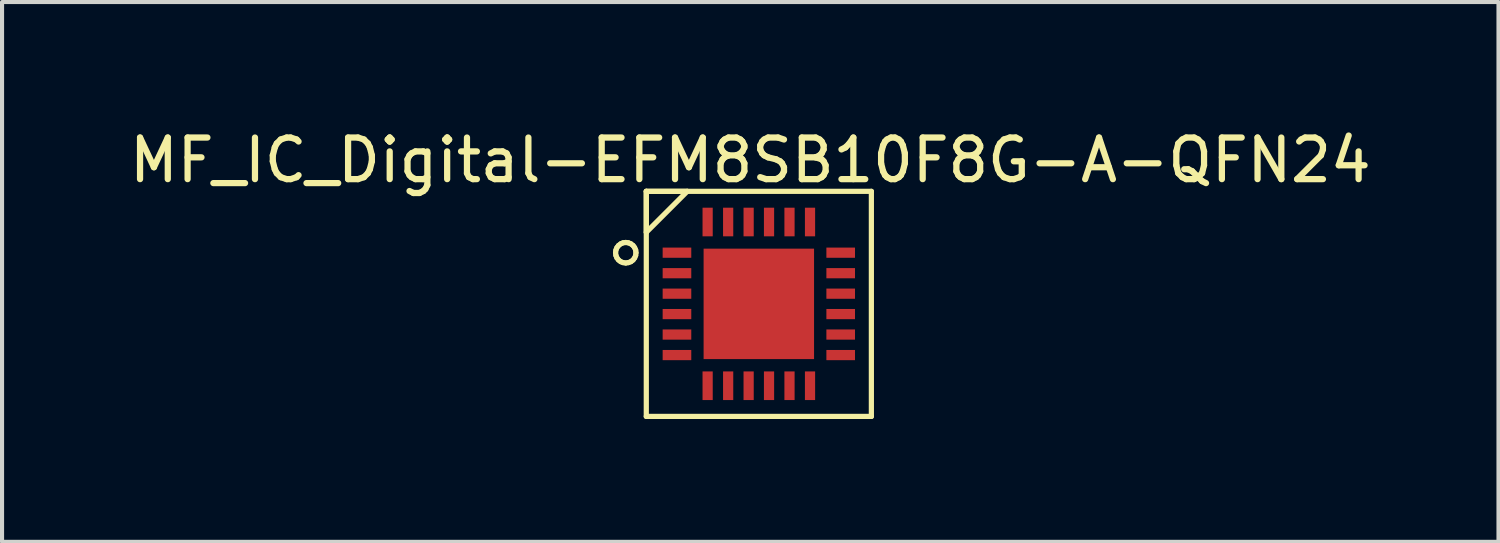
<source format=kicad_pcb>
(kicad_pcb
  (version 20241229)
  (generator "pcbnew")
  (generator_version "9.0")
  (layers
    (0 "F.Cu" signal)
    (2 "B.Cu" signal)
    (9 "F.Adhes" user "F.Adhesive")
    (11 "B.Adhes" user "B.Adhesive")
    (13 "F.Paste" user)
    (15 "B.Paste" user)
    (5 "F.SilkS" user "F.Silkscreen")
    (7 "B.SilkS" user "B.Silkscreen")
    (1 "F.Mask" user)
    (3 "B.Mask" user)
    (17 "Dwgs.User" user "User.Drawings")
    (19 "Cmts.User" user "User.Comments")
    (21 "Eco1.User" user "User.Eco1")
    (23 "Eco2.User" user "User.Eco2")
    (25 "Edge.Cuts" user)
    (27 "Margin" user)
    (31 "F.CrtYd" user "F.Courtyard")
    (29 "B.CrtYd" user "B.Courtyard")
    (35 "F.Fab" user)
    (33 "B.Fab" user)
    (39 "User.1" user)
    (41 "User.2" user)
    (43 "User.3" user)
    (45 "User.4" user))
  (footprint "MF_IC_Digital-EFM8SB10F8G-A-QFN24"
    (layer "F.Cu")
    (at 15.479 4.37)
    (property "Reference" "MF_IC_Digital-EFM8SB10F8G-A-QFN24" (at -0.208 -3.508 0) (layer "F.SilkS") (effects (font (size 1.016 1.016) (thickness 0.152))))
    (attr smd)
    (fp_line (start -3.498 -1.25) (end -3.49 -1.313) (stroke (width 0.127) (type solid)) (layer "F.SilkS"))
    (fp_line (start -3.49 -1.313) (end -3.465 -1.374) (stroke (width 0.127) (type solid)) (layer "F.SilkS"))
    (fp_line (start -3.49 -1.184) (end -3.498 -1.25) (stroke (width 0.127) (type solid)) (layer "F.SilkS"))
    (fp_line (start -3.465 -1.374) (end -3.426 -1.425) (stroke (width 0.127) (type solid)) (layer "F.SilkS"))
    (fp_line (start -3.465 -1.123) (end -3.49 -1.184) (stroke (width 0.127) (type solid)) (layer "F.SilkS"))
    (fp_line (start -3.426 -1.425) (end -3.373 -1.466) (stroke (width 0.127) (type solid)) (layer "F.SilkS"))
    (fp_line (start -3.426 -1.072) (end -3.465 -1.123) (stroke (width 0.127) (type solid)) (layer "F.SilkS"))
    (fp_line (start -3.373 -1.466) (end -3.315 -1.491) (stroke (width 0.127) (type solid)) (layer "F.SilkS"))
    (fp_line (start -3.373 -1.031) (end -3.426 -1.072) (stroke (width 0.127) (type solid)) (layer "F.SilkS"))
    (fp_line (start -3.315 -1.491) (end -3.249 -1.499) (stroke (width 0.127) (type solid)) (layer "F.SilkS"))
    (fp_line (start -3.315 -1.008) (end -3.373 -1.031) (stroke (width 0.127) (type solid)) (layer "F.SilkS"))
    (fp_line (start -3.249 -1.499) (end -3.185 -1.491) (stroke (width 0.127) (type solid)) (layer "F.SilkS"))
    (fp_line (start -3.249 -0.998) (end -3.315 -1.008) (stroke (width 0.127) (type solid)) (layer "F.SilkS"))
    (fp_line (start -3.185 -1.491) (end -3.124 -1.466) (stroke (width 0.127) (type solid)) (layer "F.SilkS"))
    (fp_line (start -3.185 -1.008) (end -3.249 -0.998) (stroke (width 0.127) (type solid)) (layer "F.SilkS"))
    (fp_line (start -3.124 -1.466) (end -3.071 -1.425) (stroke (width 0.127) (type solid)) (layer "F.SilkS"))
    (fp_line (start -3.124 -1.031) (end -3.185 -1.008) (stroke (width 0.127) (type solid)) (layer "F.SilkS"))
    (fp_line (start -3.071 -1.425) (end -3.033 -1.374) (stroke (width 0.127) (type solid)) (layer "F.SilkS"))
    (fp_line (start -3.071 -1.072) (end -3.124 -1.031) (stroke (width 0.127) (type solid)) (layer "F.SilkS"))
    (fp_line (start -3.033 -1.374) (end -3.007 -1.313) (stroke (width 0.127) (type solid)) (layer "F.SilkS"))
    (fp_line (start -3.033 -1.123) (end -3.071 -1.072) (stroke (width 0.127) (type solid)) (layer "F.SilkS"))
    (fp_line (start -3.007 -1.313) (end -3 -1.25) (stroke (width 0.127) (type solid)) (layer "F.SilkS"))
    (fp_line (start -3.007 -1.184) (end -3.033 -1.123) (stroke (width 0.127) (type solid)) (layer "F.SilkS"))
    (fp_line (start -3 -1.25) (end -3.007 -1.184) (stroke (width 0.127) (type solid)) (layer "F.SilkS"))
    (fp_line (start -2.748 -2.748) (end -1.748 -2.748) (stroke (width 0.127) (type solid)) (layer "F.SilkS"))
    (fp_line (start -2.748 -2.748) (end 2.748 -2.748) (stroke (width 0.127) (type solid)) (layer "F.SilkS"))
    (fp_line (start -2.748 -1.748) (end -2.748 -2.748) (stroke (width 0.127) (type solid)) (layer "F.SilkS"))
    (fp_line (start -2.748 2.748) (end -2.748 -2.748) (stroke (width 0.127) (type solid)) (layer "F.SilkS"))
    (fp_line (start -1.748 -2.748) (end -2.748 -1.748) (stroke (width 0.127) (type solid)) (layer "F.SilkS"))
    (fp_line (start 2.748 -2.748) (end 2.748 2.748) (stroke (width 0.127) (type solid)) (layer "F.SilkS"))
    (fp_line (start 2.748 2.748) (end -2.748 2.748) (stroke (width 0.127) (type solid)) (layer "F.SilkS"))
    (fp_line (start -1.123 -1.123) (end -1.123 -0.249) (stroke (width 0.127) (type solid)) (layer "F.Paste"))
    (fp_line (start -1.123 -0.249) (end -0.249 -0.249) (stroke (width 0.127) (type solid)) (layer "F.Paste"))
    (fp_line (start -1.123 0.249) (end -1.123 1.123) (stroke (width 0.127) (type solid)) (layer "F.Paste"))
    (fp_line (start -1.123 1.123) (end -0.249 1.123) (stroke (width 0.127) (type solid)) (layer "F.Paste"))
    (fp_line (start -0.249 -1.123) (end -1.123 -1.123) (stroke (width 0.127) (type solid)) (layer "F.Paste"))
    (fp_line (start -0.249 -1.003) (end -1.123 -1.003) (stroke (width 0.127) (type solid)) (layer "F.Paste"))
    (fp_line (start -0.249 -0.876) (end -1.123 -0.876) (stroke (width 0.127) (type solid)) (layer "F.Paste"))
    (fp_line (start -0.249 -0.749) (end -1.123 -0.749) (stroke (width 0.127) (type solid)) (layer "F.Paste"))
    (fp_line (start -0.249 -0.622) (end -1.123 -0.622) (stroke (width 0.127) (type solid)) (layer "F.Paste"))
    (fp_line (start -0.249 -0.495) (end -1.123 -0.495) (stroke (width 0.127) (type solid)) (layer "F.Paste"))
    (fp_line (start -0.249 -0.368) (end -1.123 -0.368) (stroke (width 0.127) (type solid)) (layer "F.Paste"))
    (fp_line (start -0.249 -0.249) (end -0.249 -1.123) (stroke (width 0.127) (type solid)) (layer "F.Paste"))
    (fp_line (start -0.249 0.249) (end -1.123 0.249) (stroke (width 0.127) (type solid)) (layer "F.Paste"))
    (fp_line (start -0.249 0.368) (end -1.123 0.368) (stroke (width 0.127) (type solid)) (layer "F.Paste"))
    (fp_line (start -0.249 0.495) (end -1.123 0.495) (stroke (width 0.127) (type solid)) (layer "F.Paste"))
    (fp_line (start -0.249 0.622) (end -1.123 0.622) (stroke (width 0.127) (type solid)) (layer "F.Paste"))
    (fp_line (start -0.249 0.749) (end -1.123 0.749) (stroke (width 0.127) (type solid)) (layer "F.Paste"))
    (fp_line (start -0.249 0.876) (end -1.123 0.876) (stroke (width 0.127) (type solid)) (layer "F.Paste"))
    (fp_line (start -0.249 1.003) (end -1.123 1.003) (stroke (width 0.127) (type solid)) (layer "F.Paste"))
    (fp_line (start -0.249 1.123) (end -0.249 0.249) (stroke (width 0.127) (type solid)) (layer "F.Paste"))
    (fp_line (start 0.249 -1.123) (end 0.249 -0.249) (stroke (width 0.127) (type solid)) (layer "F.Paste"))
    (fp_line (start 0.249 -0.249) (end 1.123 -0.249) (stroke (width 0.127) (type solid)) (layer "F.Paste"))
    (fp_line (start 0.249 0.249) (end 0.249 1.123) (stroke (width 0.127) (type solid)) (layer "F.Paste"))
    (fp_line (start 0.249 1.123) (end 1.123 1.123) (stroke (width 0.127) (type solid)) (layer "F.Paste"))
    (fp_line (start 1.123 -1.123) (end 0.249 -1.123) (stroke (width 0.127) (type solid)) (layer "F.Paste"))
    (fp_line (start 1.123 -1.003) (end 0.249 -1.003) (stroke (width 0.127) (type solid)) (layer "F.Paste"))
    (fp_line (start 1.123 -0.876) (end 0.249 -0.876) (stroke (width 0.127) (type solid)) (layer "F.Paste"))
    (fp_line (start 1.123 -0.749) (end 0.249 -0.749) (stroke (width 0.127) (type solid)) (layer "F.Paste"))
    (fp_line (start 1.123 -0.622) (end 0.249 -0.622) (stroke (width 0.127) (type solid)) (layer "F.Paste"))
    (fp_line (start 1.123 -0.495) (end 0.249 -0.495) (stroke (width 0.127) (type solid)) (layer "F.Paste"))
    (fp_line (start 1.123 -0.368) (end 0.249 -0.368) (stroke (width 0.127) (type solid)) (layer "F.Paste"))
    (fp_line (start 1.123 -0.249) (end 1.123 -1.123) (stroke (width 0.127) (type solid)) (layer "F.Paste"))
    (fp_line (start 1.123 0.249) (end 0.249 0.249) (stroke (width 0.127) (type solid)) (layer "F.Paste"))
    (fp_line (start 1.123 0.368) (end 0.249 0.368) (stroke (width 0.127) (type solid)) (layer "F.Paste"))
    (fp_line (start 1.123 0.495) (end 0.249 0.495) (stroke (width 0.127) (type solid)) (layer "F.Paste"))
    (fp_line (start 1.123 0.622) (end 0.249 0.622) (stroke (width 0.127) (type solid)) (layer "F.Paste"))
    (fp_line (start 1.123 0.749) (end 0.249 0.749) (stroke (width 0.127) (type solid)) (layer "F.Paste"))
    (fp_line (start 1.123 0.876) (end 0.249 0.876) (stroke (width 0.127) (type solid)) (layer "F.Paste"))
    (fp_line (start 1.123 1.003) (end 0.249 1.003) (stroke (width 0.127) (type solid)) (layer "F.Paste"))
    (fp_line (start 1.123 1.123) (end 1.123 0.249) (stroke (width 0.127) (type solid)) (layer "F.Paste"))
    (pad "1" smd rect (at -1.999 -1.25 90) (size 0.249 0.699) (layers "F.Cu" "F.Mask" "F.Paste"))
    (pad "2" smd rect (at -1.999 -0.749 90) (size 0.249 0.699) (layers "F.Cu" "F.Mask" "F.Paste"))
    (pad "3" smd rect (at -1.999 -0.249 90) (size 0.249 0.699) (layers "F.Cu" "F.Mask" "F.Paste"))
    (pad "4" smd rect (at -1.999 0.249 90) (size 0.249 0.699) (layers "F.Cu" "F.Mask" "F.Paste"))
    (pad "5" smd rect (at -1.999 0.749 90) (size 0.249 0.699) (layers "F.Cu" "F.Mask" "F.Paste"))
    (pad "6" smd rect (at -1.999 1.25 90) (size 0.249 0.699) (layers "F.Cu" "F.Mask" "F.Paste"))
    (pad "7" smd rect (at -1.25 1.999 180) (size 0.249 0.699) (layers "F.Cu" "F.Mask" "F.Paste"))
    (pad "8" smd rect (at -0.749 1.999 180) (size 0.249 0.699) (layers "F.Cu" "F.Mask" "F.Paste"))
    (pad "9" smd rect (at -0.249 1.999 180) (size 0.249 0.699) (layers "F.Cu" "F.Mask" "F.Paste"))
    (pad "10" smd rect (at 0.249 1.999 180) (size 0.249 0.699) (layers "F.Cu" "F.Mask" "F.Paste"))
    (pad "11" smd rect (at 0.749 1.999 180) (size 0.249 0.699) (layers "F.Cu" "F.Mask" "F.Paste"))
    (pad "12" smd rect (at 1.25 1.999 180) (size 0.249 0.699) (layers "F.Cu" "F.Mask" "F.Paste"))
    (pad "13" smd rect (at 1.999 1.25 270) (size 0.249 0.699) (layers "F.Cu" "F.Mask" "F.Paste"))
    (pad "14" smd rect (at 1.999 0.749 270) (size 0.249 0.699) (layers "F.Cu" "F.Mask" "F.Paste"))
    (pad "15" smd rect (at 1.999 0.249 270) (size 0.249 0.699) (layers "F.Cu" "F.Mask" "F.Paste"))
    (pad "16" smd rect (at 1.999 -0.249 270) (size 0.249 0.699) (layers "F.Cu" "F.Mask" "F.Paste"))
    (pad "17" smd rect (at 1.999 -0.749 270) (size 0.249 0.699) (layers "F.Cu" "F.Mask" "F.Paste"))
    (pad "18" smd rect (at 1.999 -1.25 270) (size 0.249 0.699) (layers "F.Cu" "F.Mask" "F.Paste"))
    (pad "19" smd rect (at 1.25 -1.999) (size 0.249 0.699) (layers "F.Cu" "F.Mask" "F.Paste"))
    (pad "20" smd rect (at 0.749 -1.999) (size 0.249 0.699) (layers "F.Cu" "F.Mask" "F.Paste"))
    (pad "21" smd rect (at 0.249 -1.999) (size 0.249 0.699) (layers "F.Cu" "F.Mask" "F.Paste"))
    (pad "22" smd rect (at -0.249 -1.999) (size 0.249 0.699) (layers "F.Cu" "F.Mask" "F.Paste"))
    (pad "23" smd rect (at -0.749 -1.999) (size 0.249 0.699) (layers "F.Cu" "F.Mask" "F.Paste"))
    (pad "24" smd rect (at -1.25 -1.999) (size 0.249 0.699) (layers "F.Cu" "F.Mask" "F.Paste"))
    (pad "PAD" smd rect (at 0 0) (size 2.697 2.697) (layers "F.Cu" "F.Mask" "F.Paste")))
  (gr_rect
    (start -3 -3)
    (end 33.54 10.181)
    (stroke (width 0.1) (type default))
    (fill no)
    (layer "Edge.Cuts")))
</source>
